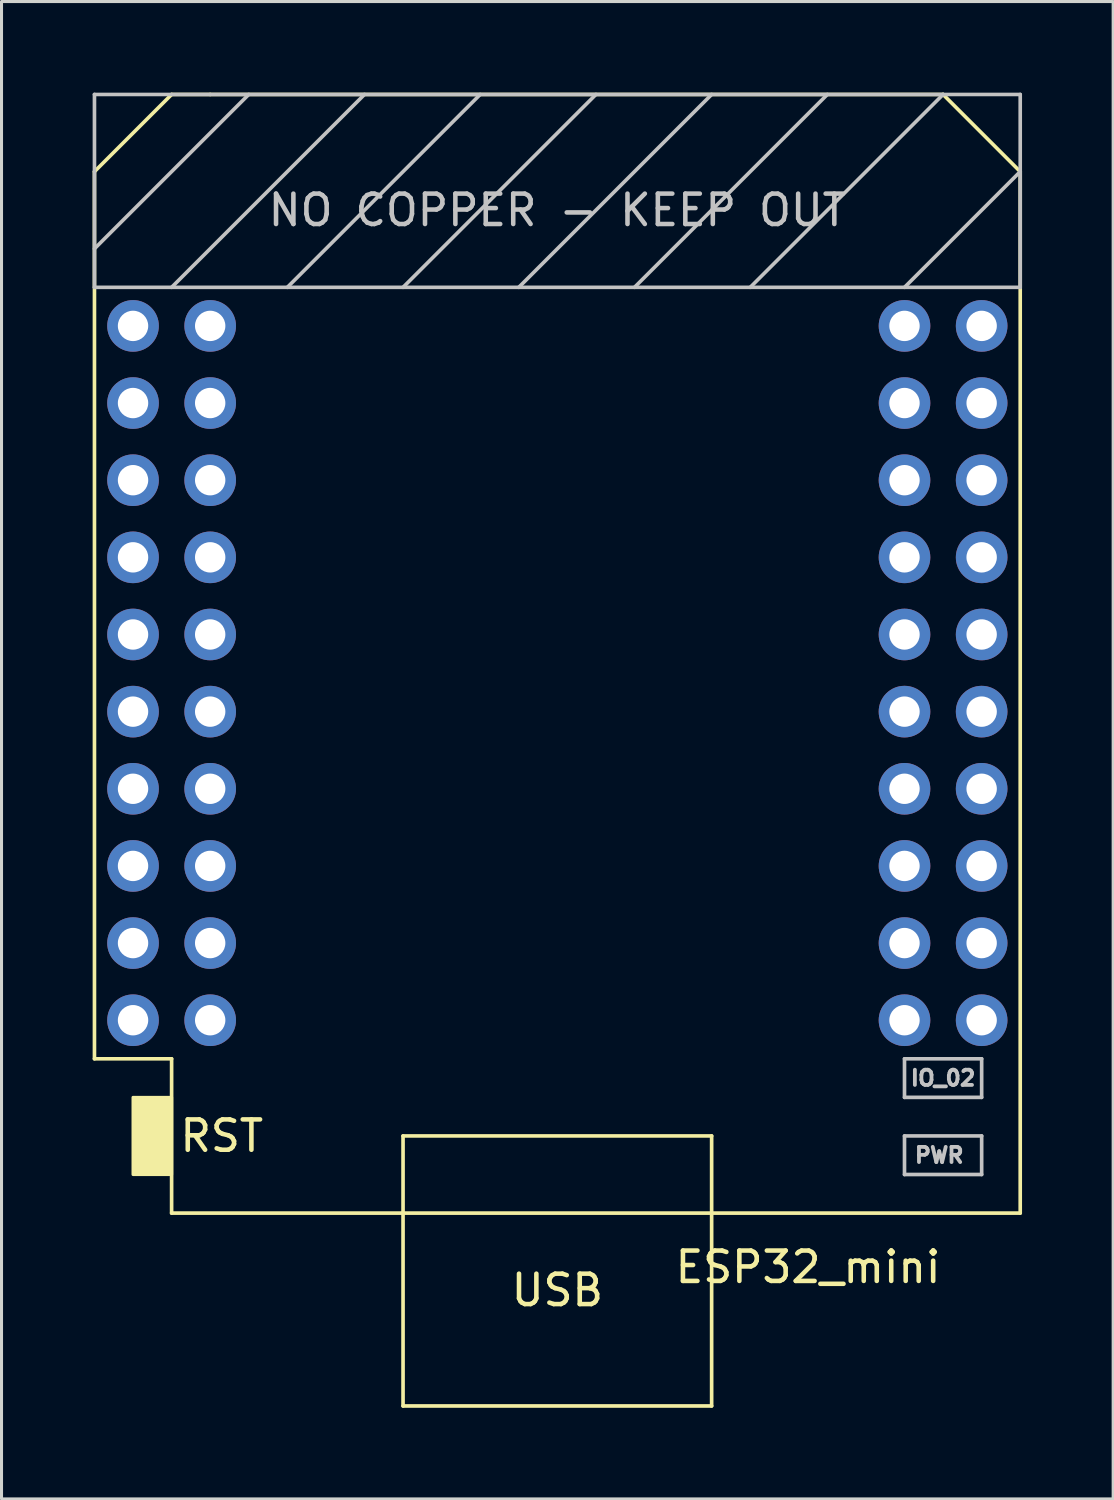
<source format=kicad_pcb>
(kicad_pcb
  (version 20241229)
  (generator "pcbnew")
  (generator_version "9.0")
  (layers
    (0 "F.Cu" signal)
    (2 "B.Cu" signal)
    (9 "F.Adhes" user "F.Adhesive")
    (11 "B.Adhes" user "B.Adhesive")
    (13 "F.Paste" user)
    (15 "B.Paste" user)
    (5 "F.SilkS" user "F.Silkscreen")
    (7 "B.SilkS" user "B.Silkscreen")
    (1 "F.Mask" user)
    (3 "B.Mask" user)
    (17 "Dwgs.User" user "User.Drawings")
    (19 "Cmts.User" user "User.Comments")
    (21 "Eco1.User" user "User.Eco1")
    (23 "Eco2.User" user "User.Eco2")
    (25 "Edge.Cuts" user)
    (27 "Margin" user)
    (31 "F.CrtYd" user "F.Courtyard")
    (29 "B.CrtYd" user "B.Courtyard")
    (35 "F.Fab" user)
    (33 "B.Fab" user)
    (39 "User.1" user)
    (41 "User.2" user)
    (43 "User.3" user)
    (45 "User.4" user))
  (footprint "ESP32_mini"
    (layer "F.Cu")
    (at 15.3 19.11)
    (property "Reference" "ESP32_mini" (at 8.255 19.558 0) (layer "F.SilkS") (effects (font (size 1 1) (thickness 0.15))))
    (attr through_hole)
    (fp_line (start -15.24 -16.51) (end -15.24 12.7) (stroke (width 0.12) (type solid)) (layer "F.SilkS"))
    (fp_line (start -15.24 12.7) (end -12.7 12.7) (stroke (width 0.12) (type solid)) (layer "F.SilkS"))
    (fp_line (start -12.7 -19.05) (end -15.24 -16.51) (stroke (width 0.12) (type solid)) (layer "F.SilkS"))
    (fp_line (start -12.7 -19.05) (end -11.43 -19.05) (stroke (width 0.12) (type solid)) (layer "F.SilkS"))
    (fp_line (start -12.7 12.7) (end -12.7 17.78) (stroke (width 0.12) (type solid)) (layer "F.SilkS"))
    (fp_line (start -12.7 17.78) (end 15.24 17.78) (stroke (width 0.12) (type solid)) (layer "F.SilkS"))
    (fp_line (start -5.08 15.24) (end 5.08 15.24) (stroke (width 0.12) (type solid)) (layer "F.SilkS"))
    (fp_line (start -5.08 17.78) (end -5.08 15.24) (stroke (width 0.12) (type solid)) (layer "F.SilkS"))
    (fp_line (start -5.08 17.78) (end -5.08 24.13) (stroke (width 0.12) (type solid)) (layer "F.SilkS"))
    (fp_line (start -5.08 24.13) (end 5.08 24.13) (stroke (width 0.12) (type solid)) (layer "F.SilkS"))
    (fp_line (start 5.08 15.24) (end 5.08 17.78) (stroke (width 0.12) (type solid)) (layer "F.SilkS"))
    (fp_line (start 5.08 24.13) (end 5.08 17.78) (stroke (width 0.12) (type solid)) (layer "F.SilkS"))
    (fp_line (start 12.7 -19.05) (end -11.43 -19.05) (stroke (width 0.12) (type solid)) (layer "F.SilkS"))
    (fp_line (start 12.7 -19.05) (end 15.24 -16.51) (stroke (width 0.12) (type solid)) (layer "F.SilkS"))
    (fp_line (start 15.24 -16.51) (end 15.24 17.78) (stroke (width 0.12) (type solid)) (layer "F.SilkS"))
    (fp_poly (pts (xy -13.97 16.51) (xy -13.97 13.97) (xy -12.7 13.97) (xy -12.7 16.51)) (stroke (width 0.1) (type solid)) (fill yes) (layer "F.SilkS"))
    (fp_line (start -15.24 -19.05) (end -15.24 -12.7) (stroke (width 0.12) (type solid)) (layer "Dwgs.User"))
    (fp_line (start -15.24 -12.7) (end 15.24 -12.7) (stroke (width 0.12) (type solid)) (layer "Dwgs.User"))
    (fp_line (start -10.16 -19.05) (end -15.24 -13.97) (stroke (width 0.12) (type solid)) (layer "Dwgs.User"))
    (fp_line (start -6.35 -19.05) (end -12.7 -12.7) (stroke (width 0.12) (type solid)) (layer "Dwgs.User"))
    (fp_line (start -2.54 -19.05) (end -8.89 -12.7) (stroke (width 0.12) (type solid)) (layer "Dwgs.User"))
    (fp_line (start 1.27 -19.05) (end -5.08 -12.7) (stroke (width 0.12) (type solid)) (layer "Dwgs.User"))
    (fp_line (start 5.08 -19.05) (end -1.27 -12.7) (stroke (width 0.12) (type solid)) (layer "Dwgs.User"))
    (fp_line (start 8.89 -19.05) (end 2.54 -12.7) (stroke (width 0.12) (type solid)) (layer "Dwgs.User"))
    (fp_line (start 11.43 12.7) (end 11.43 13.97) (stroke (width 0.12) (type solid)) (layer "Dwgs.User"))
    (fp_line (start 11.43 13.97) (end 13.97 13.97) (stroke (width 0.12) (type solid)) (layer "Dwgs.User"))
    (fp_line (start 11.43 15.24) (end 13.97 15.24) (stroke (width 0.12) (type solid)) (layer "Dwgs.User"))
    (fp_line (start 11.43 16.51) (end 11.43 15.24) (stroke (width 0.12) (type solid)) (layer "Dwgs.User"))
    (fp_line (start 12.7 -19.05) (end 6.35 -12.7) (stroke (width 0.12) (type solid)) (layer "Dwgs.User"))
    (fp_line (start 13.97 12.7) (end 11.43 12.7) (stroke (width 0.12) (type solid)) (layer "Dwgs.User"))
    (fp_line (start 13.97 13.97) (end 13.97 12.7) (stroke (width 0.12) (type solid)) (layer "Dwgs.User"))
    (fp_line (start 13.97 15.24) (end 13.97 16.51) (stroke (width 0.12) (type solid)) (layer "Dwgs.User"))
    (fp_line (start 13.97 16.51) (end 11.43 16.51) (stroke (width 0.12) (type solid)) (layer "Dwgs.User"))
    (fp_line (start 15.24 -19.05) (end -15.24 -19.05) (stroke (width 0.12) (type solid)) (layer "Dwgs.User"))
    (fp_line (start 15.24 -16.51) (end 11.43 -12.7) (stroke (width 0.12) (type solid)) (layer "Dwgs.User"))
    (fp_line (start 15.24 -12.7) (end 15.24 -19.05) (stroke (width 0.12) (type solid)) (layer "Dwgs.User"))
    (fp_text user "RST" (at -11.049 15.24 0) (layer "F.SilkS") (effects (font (size 1 1) (thickness 0.15))))
    (fp_text user "USB" (at 0 20.32 0) (layer "F.SilkS") (effects (font (size 1 1) (thickness 0.15))))
    (fp_text user "PWR" (at 12.573 15.875 0) (layer "Dwgs.User") (effects (font (size 0.5 0.5) (thickness 0.125))))
    (fp_text user "IO_02" (at 12.7 13.335 0) (layer "Dwgs.User") (effects (font (size 0.5 0.5) (thickness 0.125))))
    (fp_text user "NO COPPER - KEEP OUT" (at 0 -15.24 0) (layer "Dwgs.User") (effects (font (size 1 1) (thickness 0.15))))
    (pad "1" thru_hole circle (at -13.97 -11.43 270) (size 1.7 1.7) (drill 1) (layers "*.Cu" "*.Mask"))
    (pad "2" thru_hole circle (at -11.43 -11.43 270) (size 1.7 1.7) (drill 1) (layers "*.Cu" "*.Mask"))
    (pad "3" thru_hole circle (at -13.97 -8.89 270) (size 1.7 1.7) (drill 1) (layers "*.Cu" "*.Mask"))
    (pad "4" thru_hole circle (at -11.43 -8.89 270) (size 1.7 1.7) (drill 1) (layers "*.Cu" "*.Mask"))
    (pad "5" thru_hole circle (at -13.97 -6.35 270) (size 1.7 1.7) (drill 1) (layers "*.Cu" "*.Mask"))
    (pad "6" thru_hole circle (at -11.43 -6.35 270) (size 1.7 1.7) (drill 1) (layers "*.Cu" "*.Mask"))
    (pad "7" thru_hole circle (at -13.97 -3.81 270) (size 1.7 1.7) (drill 1) (layers "*.Cu" "*.Mask"))
    (pad "8" thru_hole circle (at -11.43 -3.81 270) (size 1.7 1.7) (drill 1) (layers "*.Cu" "*.Mask"))
    (pad "9" thru_hole circle (at -13.97 -1.27 270) (size 1.7 1.7) (drill 1) (layers "*.Cu" "*.Mask"))
    (pad "10" thru_hole circle (at -11.43 -1.27 270) (size 1.7 1.7) (drill 1) (layers "*.Cu" "*.Mask"))
    (pad "11" thru_hole circle (at -13.97 1.27 270) (size 1.7 1.7) (drill 1) (layers "*.Cu" "*.Mask"))
    (pad "12" thru_hole circle (at -11.43 1.27 270) (size 1.7 1.7) (drill 1) (layers "*.Cu" "*.Mask"))
    (pad "13" thru_hole circle (at -13.97 3.81 270) (size 1.7 1.7) (drill 1) (layers "*.Cu" "*.Mask"))
    (pad "14" thru_hole circle (at -11.43 3.81 270) (size 1.7 1.7) (drill 1) (layers "*.Cu" "*.Mask"))
    (pad "15" thru_hole circle (at -13.97 6.35 270) (size 1.7 1.7) (drill 1) (layers "*.Cu" "*.Mask"))
    (pad "16" thru_hole circle (at -11.43 6.35 270) (size 1.7 1.7) (drill 1) (layers "*.Cu" "*.Mask"))
    (pad "17" thru_hole circle (at -13.97 8.89 270) (size 1.7 1.7) (drill 1) (layers "*.Cu" "*.Mask"))
    (pad "18" thru_hole circle (at -11.43 8.89 270) (size 1.7 1.7) (drill 1) (layers "*.Cu" "*.Mask"))
    (pad "19" thru_hole circle (at -13.97 11.43 270) (size 1.7 1.7) (drill 1) (layers "*.Cu" "*.Mask"))
    (pad "20" thru_hole circle (at -11.43 11.43 270) (size 1.7 1.7) (drill 1) (layers "*.Cu" "*.Mask"))
    (pad "21" thru_hole circle (at 11.43 -11.43 270) (size 1.7 1.7) (drill 1) (layers "*.Cu" "*.Mask"))
    (pad "22" thru_hole circle (at 13.97 -11.43 270) (size 1.7 1.7) (drill 1) (layers "*.Cu" "*.Mask"))
    (pad "23" thru_hole circle (at 11.43 -8.89 270) (size 1.7 1.7) (drill 1) (layers "*.Cu" "*.Mask"))
    (pad "24" thru_hole circle (at 13.97 -8.89 270) (size 1.7 1.7) (drill 1) (layers "*.Cu" "*.Mask"))
    (pad "25" thru_hole circle (at 11.43 -6.35 270) (size 1.7 1.7) (drill 1) (layers "*.Cu" "*.Mask"))
    (pad "26" thru_hole circle (at 13.97 -6.35 270) (size 1.7 1.7) (drill 1) (layers "*.Cu" "*.Mask"))
    (pad "27" thru_hole circle (at 11.43 -3.81 270) (size 1.7 1.7) (drill 1) (layers "*.Cu" "*.Mask"))
    (pad "28" thru_hole circle (at 13.97 -3.81 270) (size 1.7 1.7) (drill 1) (layers "*.Cu" "*.Mask"))
    (pad "29" thru_hole circle (at 11.43 -1.27 270) (size 1.7 1.7) (drill 1) (layers "*.Cu" "*.Mask"))
    (pad "30" thru_hole circle (at 13.97 -1.27 270) (size 1.7 1.7) (drill 1) (layers "*.Cu" "*.Mask"))
    (pad "31" thru_hole circle (at 11.43 1.27 270) (size 1.7 1.7) (drill 1) (layers "*.Cu" "*.Mask"))
    (pad "32" thru_hole circle (at 13.97 1.27 270) (size 1.7 1.7) (drill 1) (layers "*.Cu" "*.Mask"))
    (pad "33" thru_hole circle (at 11.43 3.81 270) (size 1.7 1.7) (drill 1) (layers "*.Cu" "*.Mask"))
    (pad "34" thru_hole circle (at 13.97 3.81 270) (size 1.7 1.7) (drill 1) (layers "*.Cu" "*.Mask"))
    (pad "35" thru_hole circle (at 11.43 6.35 270) (size 1.7 1.7) (drill 1) (layers "*.Cu" "*.Mask"))
    (pad "36" thru_hole circle (at 13.97 6.35 270) (size 1.7 1.7) (drill 1) (layers "*.Cu" "*.Mask"))
    (pad "37" thru_hole circle (at 11.43 8.89 270) (size 1.7 1.7) (drill 1) (layers "*.Cu" "*.Mask"))
    (pad "38" thru_hole circle (at 13.97 8.89 270) (size 1.7 1.7) (drill 1) (layers "*.Cu" "*.Mask"))
    (pad "39" thru_hole circle (at 11.43 11.43 270) (size 1.7 1.7) (drill 1) (layers "*.Cu" "*.Mask"))
    (pad "40" thru_hole circle (at 13.97 11.43 270) (size 1.7 1.7) (drill 1) (layers "*.Cu" "*.Mask")))
  (gr_rect
    (start -3 -3)
    (end 33.6 46.3)
    (stroke (width 0.1) (type default))
    (fill no)
    (layer "Edge.Cuts")))
</source>
